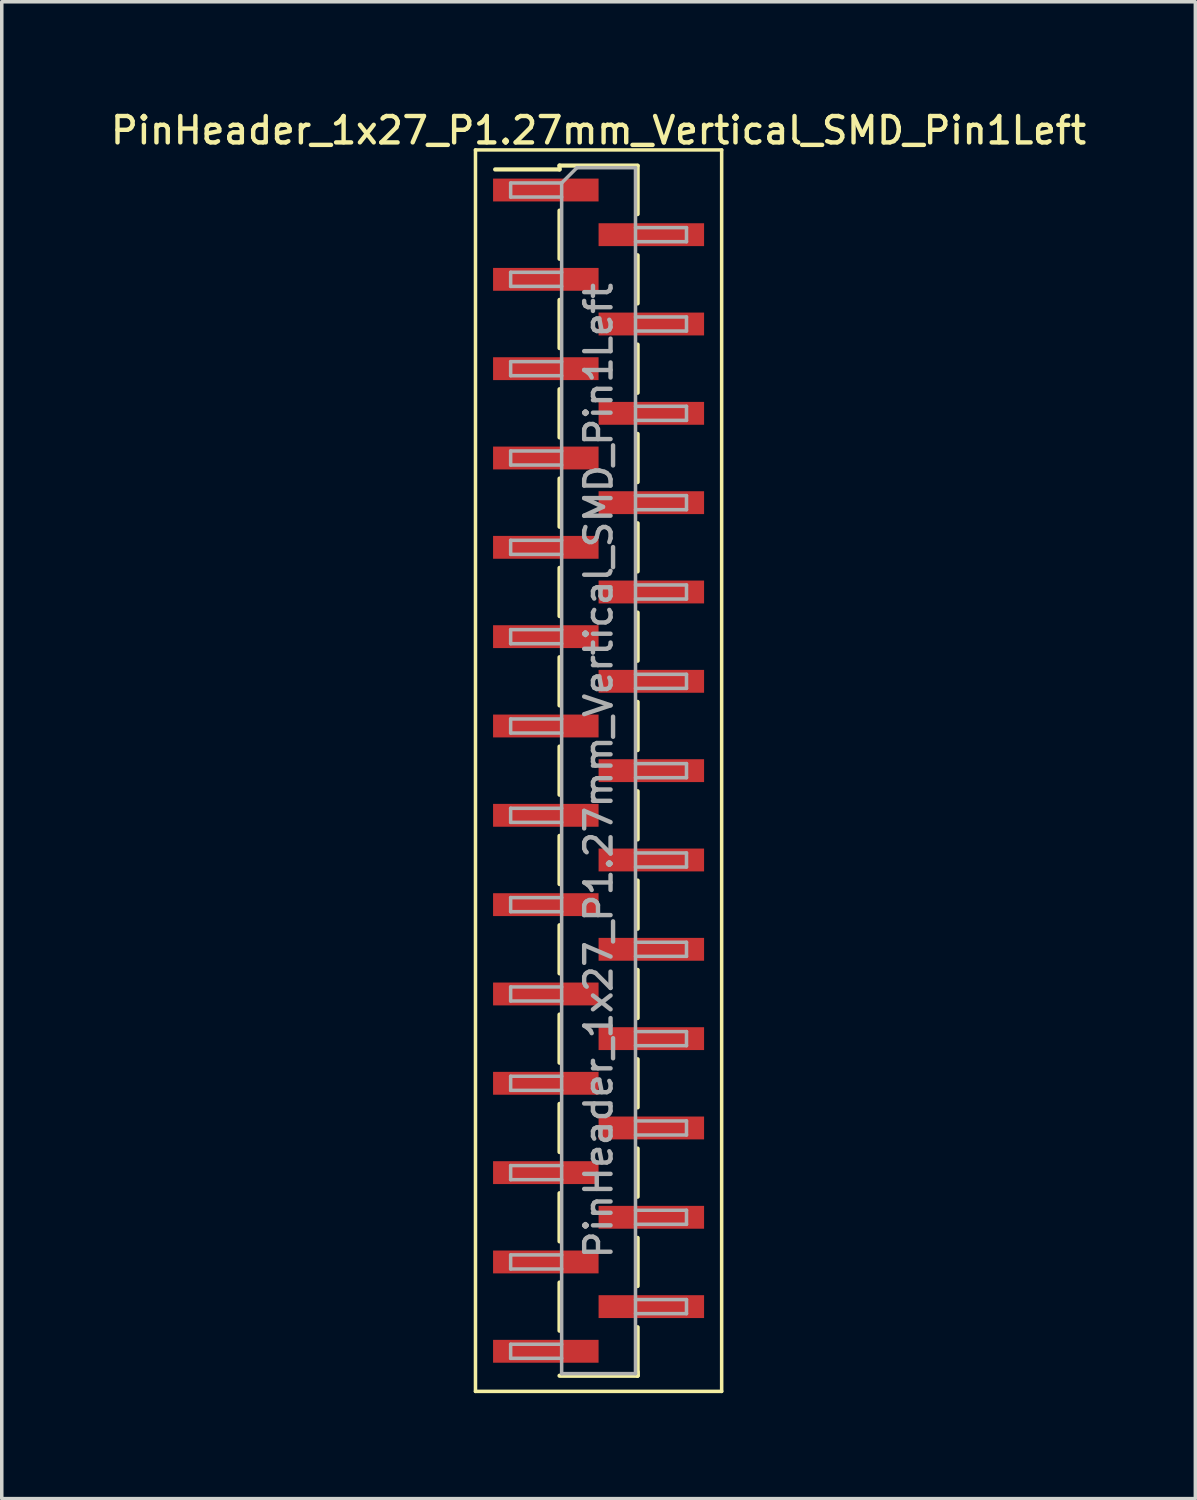
<source format=kicad_pcb>
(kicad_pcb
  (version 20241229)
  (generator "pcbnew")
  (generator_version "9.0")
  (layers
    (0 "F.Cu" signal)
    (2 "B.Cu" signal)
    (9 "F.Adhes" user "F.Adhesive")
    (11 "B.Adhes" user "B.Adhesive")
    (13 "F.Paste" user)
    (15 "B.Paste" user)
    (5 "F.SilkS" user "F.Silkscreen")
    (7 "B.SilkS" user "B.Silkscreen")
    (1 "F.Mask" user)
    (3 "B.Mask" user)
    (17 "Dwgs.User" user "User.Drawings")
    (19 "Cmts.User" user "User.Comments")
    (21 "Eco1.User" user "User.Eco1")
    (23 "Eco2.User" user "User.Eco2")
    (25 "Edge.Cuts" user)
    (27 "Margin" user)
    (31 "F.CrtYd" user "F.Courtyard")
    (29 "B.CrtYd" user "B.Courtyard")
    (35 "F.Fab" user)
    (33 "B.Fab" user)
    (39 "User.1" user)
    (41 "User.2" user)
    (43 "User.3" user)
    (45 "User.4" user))
  (footprint "PinHeader_1x27_P1.27mm_Vertical_SMD_Pin1Left"
    (layer "F.Cu")
    (at 13.97 18.863)
    (property "Reference" "PinHeader_1x27_P1.27mm_Vertical_SMD_Pin1Left" (at 0 -18.205 0) (layer "F.SilkS") (effects (font (size 0.75 0.75) (thickness 0.125))))
    (attr smd)
    (fp_line (start -3.5 -17.65) (end -3.5 17.65) (stroke (width 0.1) (type solid)) (layer "F.SilkS"))
    (fp_line (start -3.5 17.65) (end 3.5 17.65) (stroke (width 0.1) (type solid)) (layer "F.SilkS"))
    (fp_line (start -1.11 -17.205) (end -1.11 -17.095) (stroke (width 0.12) (type solid)) (layer "F.SilkS"))
    (fp_line (start -1.11 -17.205) (end 1.11 -17.205) (stroke (width 0.12) (type solid)) (layer "F.SilkS"))
    (fp_line (start -1.11 -17.095) (end -2.94 -17.095) (stroke (width 0.12) (type solid)) (layer "F.SilkS"))
    (fp_line (start -1.11 -15.925) (end -1.11 -14.555) (stroke (width 0.12) (type solid)) (layer "F.SilkS"))
    (fp_line (start -1.11 -13.385) (end -1.11 -12.015) (stroke (width 0.12) (type solid)) (layer "F.SilkS"))
    (fp_line (start -1.11 -10.845) (end -1.11 -9.475) (stroke (width 0.12) (type solid)) (layer "F.SilkS"))
    (fp_line (start -1.11 -8.305) (end -1.11 -6.935) (stroke (width 0.12) (type solid)) (layer "F.SilkS"))
    (fp_line (start -1.11 -5.765) (end -1.11 -4.395) (stroke (width 0.12) (type solid)) (layer "F.SilkS"))
    (fp_line (start -1.11 -3.225) (end -1.11 -1.855) (stroke (width 0.12) (type solid)) (layer "F.SilkS"))
    (fp_line (start -1.11 -0.685) (end -1.11 0.685) (stroke (width 0.12) (type solid)) (layer "F.SilkS"))
    (fp_line (start -1.11 1.855) (end -1.11 3.225) (stroke (width 0.12) (type solid)) (layer "F.SilkS"))
    (fp_line (start -1.11 4.395) (end -1.11 5.765) (stroke (width 0.12) (type solid)) (layer "F.SilkS"))
    (fp_line (start -1.11 6.935) (end -1.11 8.305) (stroke (width 0.12) (type solid)) (layer "F.SilkS"))
    (fp_line (start -1.11 9.475) (end -1.11 10.845) (stroke (width 0.12) (type solid)) (layer "F.SilkS"))
    (fp_line (start -1.11 12.015) (end -1.11 13.385) (stroke (width 0.12) (type solid)) (layer "F.SilkS"))
    (fp_line (start -1.11 14.555) (end -1.11 15.925) (stroke (width 0.12) (type solid)) (layer "F.SilkS"))
    (fp_line (start -1.11 17.205) (end 1.11 17.205) (stroke (width 0.12) (type solid)) (layer "F.SilkS"))
    (fp_line (start 1.11 -17.195) (end 1.11 -15.825) (stroke (width 0.12) (type solid)) (layer "F.SilkS"))
    (fp_line (start 1.11 -14.655) (end 1.11 -13.285) (stroke (width 0.12) (type solid)) (layer "F.SilkS"))
    (fp_line (start 1.11 -12.115) (end 1.11 -10.745) (stroke (width 0.12) (type solid)) (layer "F.SilkS"))
    (fp_line (start 1.11 -9.575) (end 1.11 -8.205) (stroke (width 0.12) (type solid)) (layer "F.SilkS"))
    (fp_line (start 1.11 -7.035) (end 1.11 -5.665) (stroke (width 0.12) (type solid)) (layer "F.SilkS"))
    (fp_line (start 1.11 -4.495) (end 1.11 -3.125) (stroke (width 0.12) (type solid)) (layer "F.SilkS"))
    (fp_line (start 1.11 -1.955) (end 1.11 -0.585) (stroke (width 0.12) (type solid)) (layer "F.SilkS"))
    (fp_line (start 1.11 0.585) (end 1.11 1.955) (stroke (width 0.12) (type solid)) (layer "F.SilkS"))
    (fp_line (start 1.11 3.125) (end 1.11 4.495) (stroke (width 0.12) (type solid)) (layer "F.SilkS"))
    (fp_line (start 1.11 5.665) (end 1.11 7.035) (stroke (width 0.12) (type solid)) (layer "F.SilkS"))
    (fp_line (start 1.11 8.205) (end 1.11 9.575) (stroke (width 0.12) (type solid)) (layer "F.SilkS"))
    (fp_line (start 1.11 10.745) (end 1.11 12.115) (stroke (width 0.12) (type solid)) (layer "F.SilkS"))
    (fp_line (start 1.11 13.285) (end 1.11 14.655) (stroke (width 0.12) (type solid)) (layer "F.SilkS"))
    (fp_line (start 1.11 15.825) (end 1.11 17.195) (stroke (width 0.12) (type solid)) (layer "F.SilkS"))
    (fp_line (start 1.11 17.095) (end 1.11 17.205) (stroke (width 0.12) (type solid)) (layer "F.SilkS"))
    (fp_line (start 3.5 -17.65) (end -3.5 -17.65) (stroke (width 0.1) (type solid)) (layer "F.SilkS"))
    (fp_line (start 3.5 17.65) (end 3.5 -17.65) (stroke (width 0.1) (type solid)) (layer "F.SilkS"))
    (fp_line (start -2.5 -16.71) (end -2.5 -16.31) (stroke (width 0.1) (type solid)) (layer "F.Fab"))
    (fp_line (start -2.5 -16.31) (end -1.05 -16.31) (stroke (width 0.1) (type solid)) (layer "F.Fab"))
    (fp_line (start -2.5 -14.17) (end -2.5 -13.77) (stroke (width 0.1) (type solid)) (layer "F.Fab"))
    (fp_line (start -2.5 -13.77) (end -1.05 -13.77) (stroke (width 0.1) (type solid)) (layer "F.Fab"))
    (fp_line (start -2.5 -11.63) (end -2.5 -11.23) (stroke (width 0.1) (type solid)) (layer "F.Fab"))
    (fp_line (start -2.5 -11.23) (end -1.05 -11.23) (stroke (width 0.1) (type solid)) (layer "F.Fab"))
    (fp_line (start -2.5 -9.09) (end -2.5 -8.69) (stroke (width 0.1) (type solid)) (layer "F.Fab"))
    (fp_line (start -2.5 -8.69) (end -1.05 -8.69) (stroke (width 0.1) (type solid)) (layer "F.Fab"))
    (fp_line (start -2.5 -6.55) (end -2.5 -6.15) (stroke (width 0.1) (type solid)) (layer "F.Fab"))
    (fp_line (start -2.5 -6.15) (end -1.05 -6.15) (stroke (width 0.1) (type solid)) (layer "F.Fab"))
    (fp_line (start -2.5 -4.01) (end -2.5 -3.61) (stroke (width 0.1) (type solid)) (layer "F.Fab"))
    (fp_line (start -2.5 -3.61) (end -1.05 -3.61) (stroke (width 0.1) (type solid)) (layer "F.Fab"))
    (fp_line (start -2.5 -1.47) (end -2.5 -1.07) (stroke (width 0.1) (type solid)) (layer "F.Fab"))
    (fp_line (start -2.5 -1.07) (end -1.05 -1.07) (stroke (width 0.1) (type solid)) (layer "F.Fab"))
    (fp_line (start -2.5 1.07) (end -2.5 1.47) (stroke (width 0.1) (type solid)) (layer "F.Fab"))
    (fp_line (start -2.5 1.47) (end -1.05 1.47) (stroke (width 0.1) (type solid)) (layer "F.Fab"))
    (fp_line (start -2.5 3.61) (end -2.5 4.01) (stroke (width 0.1) (type solid)) (layer "F.Fab"))
    (fp_line (start -2.5 4.01) (end -1.05 4.01) (stroke (width 0.1) (type solid)) (layer "F.Fab"))
    (fp_line (start -2.5 6.15) (end -2.5 6.55) (stroke (width 0.1) (type solid)) (layer "F.Fab"))
    (fp_line (start -2.5 6.55) (end -1.05 6.55) (stroke (width 0.1) (type solid)) (layer "F.Fab"))
    (fp_line (start -2.5 8.69) (end -2.5 9.09) (stroke (width 0.1) (type solid)) (layer "F.Fab"))
    (fp_line (start -2.5 9.09) (end -1.05 9.09) (stroke (width 0.1) (type solid)) (layer "F.Fab"))
    (fp_line (start -2.5 11.23) (end -2.5 11.63) (stroke (width 0.1) (type solid)) (layer "F.Fab"))
    (fp_line (start -2.5 11.63) (end -1.05 11.63) (stroke (width 0.1) (type solid)) (layer "F.Fab"))
    (fp_line (start -2.5 13.77) (end -2.5 14.17) (stroke (width 0.1) (type solid)) (layer "F.Fab"))
    (fp_line (start -2.5 14.17) (end -1.05 14.17) (stroke (width 0.1) (type solid)) (layer "F.Fab"))
    (fp_line (start -2.5 16.31) (end -2.5 16.71) (stroke (width 0.1) (type solid)) (layer "F.Fab"))
    (fp_line (start -2.5 16.71) (end -1.05 16.71) (stroke (width 0.1) (type solid)) (layer "F.Fab"))
    (fp_line (start -1.05 -16.71) (end -2.5 -16.71) (stroke (width 0.1) (type solid)) (layer "F.Fab"))
    (fp_line (start -1.05 -16.71) (end -0.615 -17.145) (stroke (width 0.1) (type solid)) (layer "F.Fab"))
    (fp_line (start -1.05 -14.17) (end -2.5 -14.17) (stroke (width 0.1) (type solid)) (layer "F.Fab"))
    (fp_line (start -1.05 -11.63) (end -2.5 -11.63) (stroke (width 0.1) (type solid)) (layer "F.Fab"))
    (fp_line (start -1.05 -9.09) (end -2.5 -9.09) (stroke (width 0.1) (type solid)) (layer "F.Fab"))
    (fp_line (start -1.05 -6.55) (end -2.5 -6.55) (stroke (width 0.1) (type solid)) (layer "F.Fab"))
    (fp_line (start -1.05 -4.01) (end -2.5 -4.01) (stroke (width 0.1) (type solid)) (layer "F.Fab"))
    (fp_line (start -1.05 -1.47) (end -2.5 -1.47) (stroke (width 0.1) (type solid)) (layer "F.Fab"))
    (fp_line (start -1.05 1.07) (end -2.5 1.07) (stroke (width 0.1) (type solid)) (layer "F.Fab"))
    (fp_line (start -1.05 3.61) (end -2.5 3.61) (stroke (width 0.1) (type solid)) (layer "F.Fab"))
    (fp_line (start -1.05 6.15) (end -2.5 6.15) (stroke (width 0.1) (type solid)) (layer "F.Fab"))
    (fp_line (start -1.05 8.69) (end -2.5 8.69) (stroke (width 0.1) (type solid)) (layer "F.Fab"))
    (fp_line (start -1.05 11.23) (end -2.5 11.23) (stroke (width 0.1) (type solid)) (layer "F.Fab"))
    (fp_line (start -1.05 13.77) (end -2.5 13.77) (stroke (width 0.1) (type solid)) (layer "F.Fab"))
    (fp_line (start -1.05 16.31) (end -2.5 16.31) (stroke (width 0.1) (type solid)) (layer "F.Fab"))
    (fp_line (start -1.05 17.145) (end -1.05 -16.71) (stroke (width 0.1) (type solid)) (layer "F.Fab"))
    (fp_line (start -0.615 -17.145) (end 1.05 -17.145) (stroke (width 0.1) (type solid)) (layer "F.Fab"))
    (fp_line (start 1.05 -17.145) (end 1.05 17.145) (stroke (width 0.1) (type solid)) (layer "F.Fab"))
    (fp_line (start 1.05 -15.44) (end 2.5 -15.44) (stroke (width 0.1) (type solid)) (layer "F.Fab"))
    (fp_line (start 1.05 -12.9) (end 2.5 -12.9) (stroke (width 0.1) (type solid)) (layer "F.Fab"))
    (fp_line (start 1.05 -10.36) (end 2.5 -10.36) (stroke (width 0.1) (type solid)) (layer "F.Fab"))
    (fp_line (start 1.05 -7.82) (end 2.5 -7.82) (stroke (width 0.1) (type solid)) (layer "F.Fab"))
    (fp_line (start 1.05 -5.28) (end 2.5 -5.28) (stroke (width 0.1) (type solid)) (layer "F.Fab"))
    (fp_line (start 1.05 -2.74) (end 2.5 -2.74) (stroke (width 0.1) (type solid)) (layer "F.Fab"))
    (fp_line (start 1.05 -0.2) (end 2.5 -0.2) (stroke (width 0.1) (type solid)) (layer "F.Fab"))
    (fp_line (start 1.05 2.34) (end 2.5 2.34) (stroke (width 0.1) (type solid)) (layer "F.Fab"))
    (fp_line (start 1.05 4.88) (end 2.5 4.88) (stroke (width 0.1) (type solid)) (layer "F.Fab"))
    (fp_line (start 1.05 7.42) (end 2.5 7.42) (stroke (width 0.1) (type solid)) (layer "F.Fab"))
    (fp_line (start 1.05 9.96) (end 2.5 9.96) (stroke (width 0.1) (type solid)) (layer "F.Fab"))
    (fp_line (start 1.05 12.5) (end 2.5 12.5) (stroke (width 0.1) (type solid)) (layer "F.Fab"))
    (fp_line (start 1.05 15.04) (end 2.5 15.04) (stroke (width 0.1) (type solid)) (layer "F.Fab"))
    (fp_line (start 1.05 17.145) (end -1.05 17.145) (stroke (width 0.1) (type solid)) (layer "F.Fab"))
    (fp_line (start 2.5 -15.44) (end 2.5 -15.04) (stroke (width 0.1) (type solid)) (layer "F.Fab"))
    (fp_line (start 2.5 -15.04) (end 1.05 -15.04) (stroke (width 0.1) (type solid)) (layer "F.Fab"))
    (fp_line (start 2.5 -12.9) (end 2.5 -12.5) (stroke (width 0.1) (type solid)) (layer "F.Fab"))
    (fp_line (start 2.5 -12.5) (end 1.05 -12.5) (stroke (width 0.1) (type solid)) (layer "F.Fab"))
    (fp_line (start 2.5 -10.36) (end 2.5 -9.96) (stroke (width 0.1) (type solid)) (layer "F.Fab"))
    (fp_line (start 2.5 -9.96) (end 1.05 -9.96) (stroke (width 0.1) (type solid)) (layer "F.Fab"))
    (fp_line (start 2.5 -7.82) (end 2.5 -7.42) (stroke (width 0.1) (type solid)) (layer "F.Fab"))
    (fp_line (start 2.5 -7.42) (end 1.05 -7.42) (stroke (width 0.1) (type solid)) (layer "F.Fab"))
    (fp_line (start 2.5 -5.28) (end 2.5 -4.88) (stroke (width 0.1) (type solid)) (layer "F.Fab"))
    (fp_line (start 2.5 -4.88) (end 1.05 -4.88) (stroke (width 0.1) (type solid)) (layer "F.Fab"))
    (fp_line (start 2.5 -2.74) (end 2.5 -2.34) (stroke (width 0.1) (type solid)) (layer "F.Fab"))
    (fp_line (start 2.5 -2.34) (end 1.05 -2.34) (stroke (width 0.1) (type solid)) (layer "F.Fab"))
    (fp_line (start 2.5 -0.2) (end 2.5 0.2) (stroke (width 0.1) (type solid)) (layer "F.Fab"))
    (fp_line (start 2.5 0.2) (end 1.05 0.2) (stroke (width 0.1) (type solid)) (layer "F.Fab"))
    (fp_line (start 2.5 2.34) (end 2.5 2.74) (stroke (width 0.1) (type solid)) (layer "F.Fab"))
    (fp_line (start 2.5 2.74) (end 1.05 2.74) (stroke (width 0.1) (type solid)) (layer "F.Fab"))
    (fp_line (start 2.5 4.88) (end 2.5 5.28) (stroke (width 0.1) (type solid)) (layer "F.Fab"))
    (fp_line (start 2.5 5.28) (end 1.05 5.28) (stroke (width 0.1) (type solid)) (layer "F.Fab"))
    (fp_line (start 2.5 7.42) (end 2.5 7.82) (stroke (width 0.1) (type solid)) (layer "F.Fab"))
    (fp_line (start 2.5 7.82) (end 1.05 7.82) (stroke (width 0.1) (type solid)) (layer "F.Fab"))
    (fp_line (start 2.5 9.96) (end 2.5 10.36) (stroke (width 0.1) (type solid)) (layer "F.Fab"))
    (fp_line (start 2.5 10.36) (end 1.05 10.36) (stroke (width 0.1) (type solid)) (layer "F.Fab"))
    (fp_line (start 2.5 12.5) (end 2.5 12.9) (stroke (width 0.1) (type solid)) (layer "F.Fab"))
    (fp_line (start 2.5 12.9) (end 1.05 12.9) (stroke (width 0.1) (type solid)) (layer "F.Fab"))
    (fp_line (start 2.5 15.04) (end 2.5 15.44) (stroke (width 0.1) (type solid)) (layer "F.Fab"))
    (fp_line (start 2.5 15.44) (end 1.05 15.44) (stroke (width 0.1) (type solid)) (layer "F.Fab"))
    (fp_text user "${REFERENCE}" (at 0 0 90) (layer "F.Fab") (effects (font (size 0.75 0.75) (thickness 0.125))))
    (pad "1" smd rect (at -1.5 -16.51) (size 3 0.65) (layers "F.Cu" "F.Mask" "F.Paste"))
    (pad "2" smd rect (at 1.5 -15.24) (size 3 0.65) (layers "F.Cu" "F.Mask" "F.Paste"))
    (pad "3" smd rect (at -1.5 -13.97) (size 3 0.65) (layers "F.Cu" "F.Mask" "F.Paste"))
    (pad "4" smd rect (at 1.5 -12.7) (size 3 0.65) (layers "F.Cu" "F.Mask" "F.Paste"))
    (pad "5" smd rect (at -1.5 -11.43) (size 3 0.65) (layers "F.Cu" "F.Mask" "F.Paste"))
    (pad "6" smd rect (at 1.5 -10.16) (size 3 0.65) (layers "F.Cu" "F.Mask" "F.Paste"))
    (pad "7" smd rect (at -1.5 -8.89) (size 3 0.65) (layers "F.Cu" "F.Mask" "F.Paste"))
    (pad "8" smd rect (at 1.5 -7.62) (size 3 0.65) (layers "F.Cu" "F.Mask" "F.Paste"))
    (pad "9" smd rect (at -1.5 -6.35) (size 3 0.65) (layers "F.Cu" "F.Mask" "F.Paste"))
    (pad "10" smd rect (at 1.5 -5.08) (size 3 0.65) (layers "F.Cu" "F.Mask" "F.Paste"))
    (pad "11" smd rect (at -1.5 -3.81) (size 3 0.65) (layers "F.Cu" "F.Mask" "F.Paste"))
    (pad "12" smd rect (at 1.5 -2.54) (size 3 0.65) (layers "F.Cu" "F.Mask" "F.Paste"))
    (pad "13" smd rect (at -1.5 -1.27) (size 3 0.65) (layers "F.Cu" "F.Mask" "F.Paste"))
    (pad "14" smd rect (at 1.5 0) (size 3 0.65) (layers "F.Cu" "F.Mask" "F.Paste"))
    (pad "15" smd rect (at -1.5 1.27) (size 3 0.65) (layers "F.Cu" "F.Mask" "F.Paste"))
    (pad "16" smd rect (at 1.5 2.54) (size 3 0.65) (layers "F.Cu" "F.Mask" "F.Paste"))
    (pad "17" smd rect (at -1.5 3.81) (size 3 0.65) (layers "F.Cu" "F.Mask" "F.Paste"))
    (pad "18" smd rect (at 1.5 5.08) (size 3 0.65) (layers "F.Cu" "F.Mask" "F.Paste"))
    (pad "19" smd rect (at -1.5 6.35) (size 3 0.65) (layers "F.Cu" "F.Mask" "F.Paste"))
    (pad "20" smd rect (at 1.5 7.62) (size 3 0.65) (layers "F.Cu" "F.Mask" "F.Paste"))
    (pad "21" smd rect (at -1.5 8.89) (size 3 0.65) (layers "F.Cu" "F.Mask" "F.Paste"))
    (pad "22" smd rect (at 1.5 10.16) (size 3 0.65) (layers "F.Cu" "F.Mask" "F.Paste"))
    (pad "23" smd rect (at -1.5 11.43) (size 3 0.65) (layers "F.Cu" "F.Mask" "F.Paste"))
    (pad "24" smd rect (at 1.5 12.7) (size 3 0.65) (layers "F.Cu" "F.Mask" "F.Paste"))
    (pad "25" smd rect (at -1.5 13.97) (size 3 0.65) (layers "F.Cu" "F.Mask" "F.Paste"))
    (pad "26" smd rect (at 1.5 15.24) (size 3 0.65) (layers "F.Cu" "F.Mask" "F.Paste"))
    (pad "27" smd rect (at -1.5 16.51) (size 3 0.65) (layers "F.Cu" "F.Mask" "F.Paste")))
  (gr_rect
    (start -3 -3)
    (end 30.939 39.563)
    (stroke (width 0.1) (type default))
    (fill no)
    (layer "Edge.Cuts")))
</source>
